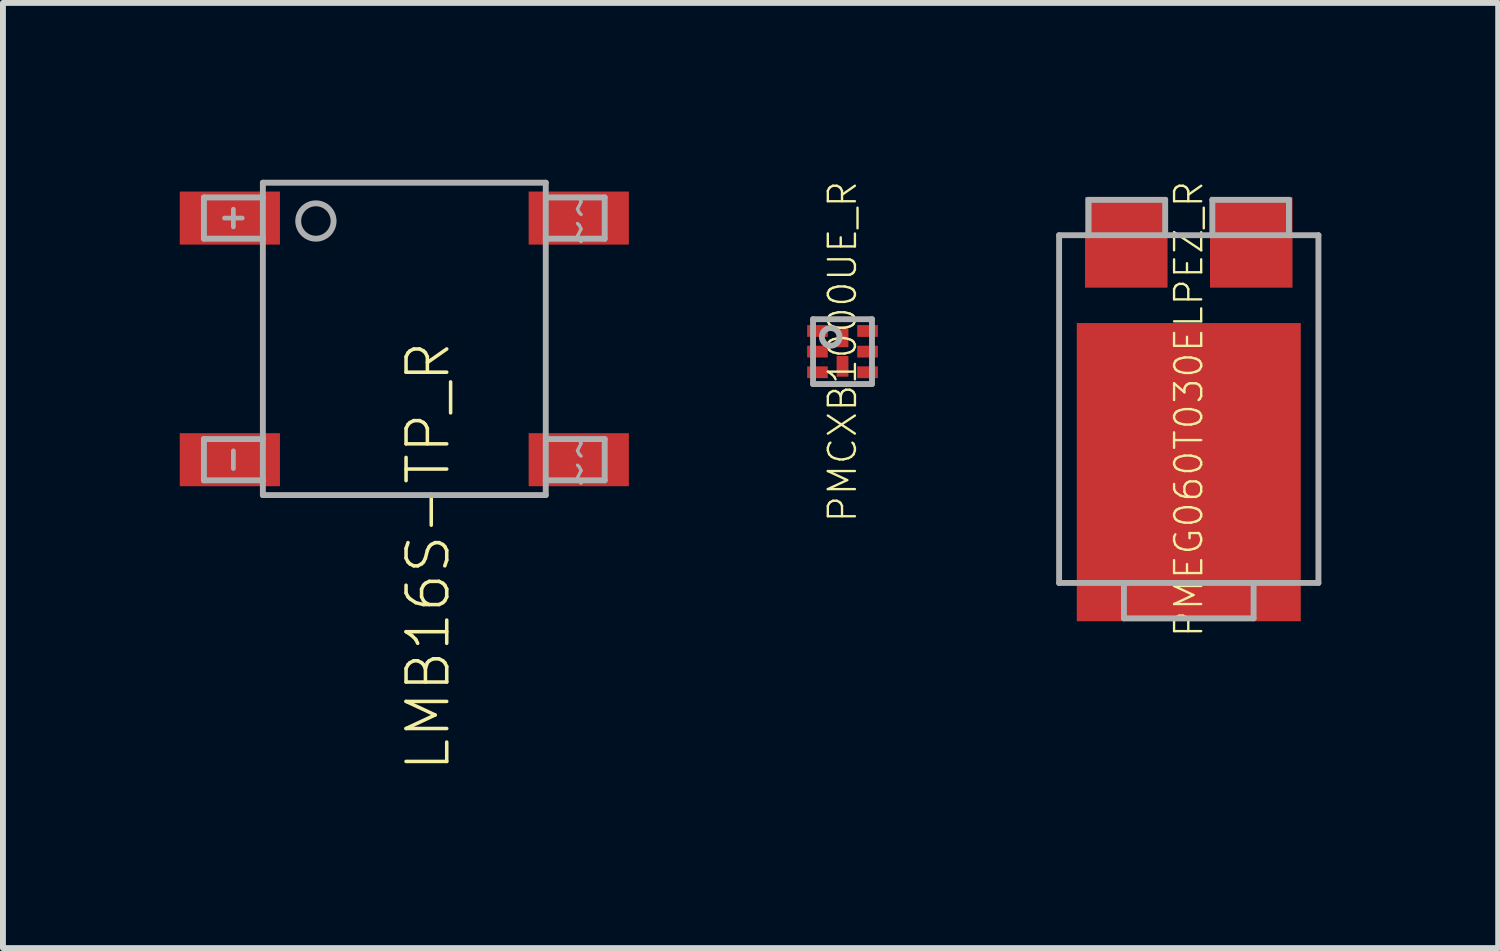
<source format=kicad_pcb>
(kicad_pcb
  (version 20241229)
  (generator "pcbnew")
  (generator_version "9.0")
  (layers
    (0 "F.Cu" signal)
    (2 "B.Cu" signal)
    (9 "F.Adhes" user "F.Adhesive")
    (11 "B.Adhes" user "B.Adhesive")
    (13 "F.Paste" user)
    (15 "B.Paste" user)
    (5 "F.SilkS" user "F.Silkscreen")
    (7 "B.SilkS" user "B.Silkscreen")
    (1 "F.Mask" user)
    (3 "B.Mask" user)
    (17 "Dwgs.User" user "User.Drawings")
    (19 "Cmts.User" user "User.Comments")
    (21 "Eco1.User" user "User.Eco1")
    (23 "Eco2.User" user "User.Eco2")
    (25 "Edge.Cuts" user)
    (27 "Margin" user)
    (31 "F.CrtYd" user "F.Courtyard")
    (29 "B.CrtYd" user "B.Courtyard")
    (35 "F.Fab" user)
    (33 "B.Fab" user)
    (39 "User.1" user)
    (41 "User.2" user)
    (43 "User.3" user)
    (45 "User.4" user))
  (footprint "PMEG060T030ELPEZ_R"
    (layer "F.Cu")
    (at 17.12 3.891)
    (property "Reference" "PMEG060T030ELPEZ_R" (at 0 0 90) (unlocked yes) (layer "F.SilkS") (effects (font (size 0.46 0.46) (thickness 0.04))))
    (fp_poly (pts (xy -0.46 -2.16) (xy -1.66 -2.16) (xy -1.66 -3.5) (xy -0.46 -3.5)) (stroke (width 0) (type default)) (fill yes) (layer "F.Paste"))
    (fp_poly (pts (xy -0.25 0.8) (xy -1.45 0.8) (xy -1.45 -0.95) (xy -0.25 -0.95)) (stroke (width 0) (type default)) (fill yes) (layer "F.Paste"))
    (fp_poly (pts (xy -0.25 3.1) (xy -1.45 3.1) (xy -1.45 1.35) (xy -0.25 1.35)) (stroke (width 0) (type default)) (fill yes) (layer "F.Paste"))
    (fp_poly (pts (xy 1.45 0.8) (xy 0.25 0.8) (xy 0.25 -0.95) (xy 1.45 -0.95)) (stroke (width 0) (type default)) (fill yes) (layer "F.Paste"))
    (fp_poly (pts (xy 1.45 3.1) (xy 0.25 3.1) (xy 0.25 1.35) (xy 1.45 1.35)) (stroke (width 0) (type default)) (fill yes) (layer "F.Paste"))
    (fp_poly (pts (xy 1.66 -2.16) (xy 0.46 -2.16) (xy 0.46 -3.5) (xy 1.66 -3.5)) (stroke (width 0) (type default)) (fill yes) (layer "F.Paste"))
    (fp_line (start -2.2 -2.95) (end -1.7 -2.95) (stroke (width 0.1) (type solid)) (layer "F.Fab"))
    (fp_line (start -2.2 2.95) (end -2.2 -2.95) (stroke (width 0.1) (type solid)) (layer "F.Fab"))
    (fp_line (start -1.7 -3.55) (end -0.4 -3.55) (stroke (width 0.1) (type solid)) (layer "F.Fab"))
    (fp_line (start -1.7 -2.95) (end -1.7 -3.55) (stroke (width 0.1) (type solid)) (layer "F.Fab"))
    (fp_line (start -1.7 -2.95) (end -0.4 -2.95) (stroke (width 0.1) (type solid)) (layer "F.Fab"))
    (fp_line (start -1.1 2.95) (end -2.2 2.95) (stroke (width 0.1) (type solid)) (layer "F.Fab"))
    (fp_line (start -1.1 2.95) (end -1.1 3.55) (stroke (width 0.1) (type solid)) (layer "F.Fab"))
    (fp_line (start -1.1 3.55) (end 1.1 3.55) (stroke (width 0.1) (type solid)) (layer "F.Fab"))
    (fp_line (start -0.4 -3.55) (end -0.4 -2.95) (stroke (width 0.1) (type solid)) (layer "F.Fab"))
    (fp_line (start -0.4 -2.95) (end 2.2 -2.95) (stroke (width 0.1) (type solid)) (layer "F.Fab"))
    (fp_line (start 0.4 -3.55) (end 1.7 -3.55) (stroke (width 0.1) (type solid)) (layer "F.Fab"))
    (fp_line (start 0.4 -2.95) (end 0.4 -3.55) (stroke (width 0.1) (type solid)) (layer "F.Fab"))
    (fp_line (start 1.1 2.95) (end -1.1 2.95) (stroke (width 0.1) (type solid)) (layer "F.Fab"))
    (fp_line (start 1.1 3.55) (end 1.1 2.95) (stroke (width 0.1) (type solid)) (layer "F.Fab"))
    (fp_line (start 1.7 -3.55) (end 1.7 -2.95) (stroke (width 0.1) (type solid)) (layer "F.Fab"))
    (fp_line (start 2.2 -2.95) (end 2.2 2.95) (stroke (width 0.1) (type solid)) (layer "F.Fab"))
    (fp_line (start 2.2 2.95) (end 1.1 2.95) (stroke (width 0.1) (type solid)) (layer "F.Fab"))
    (pad "1" smd rect (at 1.06 -2.83) (size 1.4 1.54) (layers "F.Cu" "F.Mask"))
    (pad "2" smd rect (at -1.06 -2.83) (size 1.4 1.54) (layers "F.Cu" "F.Mask"))
    (pad "3" smd rect (at 0 1.07) (size 3.8 5.06) (layers "F.Cu" "F.Mask")))
  (footprint "PMCXB1000UE_R"
    (layer "F.Cu")
    (at 11.245 2.916)
    (property "Reference" "PMCXB1000UE_R" (at 0 0 90) (unlocked yes) (layer "F.SilkS") (effects (font (size 0.46 0.46) (thickness 0.04))))
    (fp_poly (pts (xy -0.225 -0.225) (xy -0.225 -0.475) (xy -0.625 -0.475) (xy -0.625 -0.225)) (stroke (width 0) (type default)) (fill yes) (layer "F.Mask"))
    (fp_poly (pts (xy -0.225 0.125) (xy -0.225 -0.125) (xy -0.625 -0.125) (xy -0.625 0.125)) (stroke (width 0) (type default)) (fill yes) (layer "F.Mask"))
    (fp_poly (pts (xy -0.225 0.475) (xy -0.225 0.225) (xy -0.625 0.225) (xy -0.625 0.475)) (stroke (width 0) (type default)) (fill yes) (layer "F.Mask"))
    (fp_poly (pts (xy 0.125 -0.05) (xy 0.125 -0.45) (xy -0.125 -0.45) (xy -0.125 -0.05)) (stroke (width 0) (type default)) (fill yes) (layer "F.Mask"))
    (fp_poly (pts (xy 0.125 0.45) (xy 0.125 0.05) (xy -0.125 0.05) (xy -0.125 0.45)) (stroke (width 0) (type default)) (fill yes) (layer "F.Mask"))
    (fp_poly (pts (xy 0.625 -0.225) (xy 0.625 -0.475) (xy 0.225 -0.475) (xy 0.225 -0.225)) (stroke (width 0) (type default)) (fill yes) (layer "F.Mask"))
    (fp_poly (pts (xy 0.625 0.125) (xy 0.625 -0.125) (xy 0.225 -0.125) (xy 0.225 0.125)) (stroke (width 0) (type default)) (fill yes) (layer "F.Mask"))
    (fp_poly (pts (xy 0.625 0.475) (xy 0.625 0.225) (xy 0.225 0.225) (xy 0.225 0.475)) (stroke (width 0) (type default)) (fill yes) (layer "F.Mask"))
    (fp_poly (pts (xy -0.3 -0.25) (xy -0.3 -0.45) (xy -0.55 -0.45) (xy -0.55 -0.25)) (stroke (width 0) (type default)) (fill yes) (layer "F.Paste"))
    (fp_poly (pts (xy -0.3 0.1) (xy -0.3 -0.1) (xy -0.55 -0.1) (xy -0.55 0.1)) (stroke (width 0) (type default)) (fill yes) (layer "F.Paste"))
    (fp_poly (pts (xy -0.3 0.45) (xy -0.3 0.25) (xy -0.55 0.25) (xy -0.55 0.45)) (stroke (width 0) (type default)) (fill yes) (layer "F.Paste"))
    (fp_poly (pts (xy 0.1 -0.375) (xy -0.1 -0.375) (xy -0.1 -0.125) (xy 0.1 -0.125)) (stroke (width 0) (type default)) (fill yes) (layer "F.Paste"))
    (fp_poly (pts (xy 0.1 0.125) (xy -0.1 0.125) (xy -0.1 0.375) (xy 0.1 0.375)) (stroke (width 0) (type default)) (fill yes) (layer "F.Paste"))
    (fp_poly (pts (xy 0.55 -0.25) (xy 0.55 -0.45) (xy 0.3 -0.45) (xy 0.3 -0.25)) (stroke (width 0) (type default)) (fill yes) (layer "F.Paste"))
    (fp_poly (pts (xy 0.55 0.1) (xy 0.55 -0.1) (xy 0.3 -0.1) (xy 0.3 0.1)) (stroke (width 0) (type default)) (fill yes) (layer "F.Paste"))
    (fp_poly (pts (xy 0.55 0.45) (xy 0.55 0.25) (xy 0.3 0.25) (xy 0.3 0.45)) (stroke (width 0) (type default)) (fill yes) (layer "F.Paste"))
    (fp_line (start -0.5 -0.55) (end -0.5 0.55) (stroke (width 0.1) (type solid)) (layer "F.Fab"))
    (fp_line (start -0.5 0.55) (end 0.5 0.55) (stroke (width 0.1) (type solid)) (layer "F.Fab"))
    (fp_line (start 0.5 -0.55) (end -0.5 -0.55) (stroke (width 0.1) (type solid)) (layer "F.Fab"))
    (fp_line (start 0.5 0.55) (end 0.5 -0.55) (stroke (width 0.1) (type solid)) (layer "F.Fab"))
    (fp_circle (center -0.2 -0.25) (end -0.05 -0.25) (stroke (width 0.1) (type solid)) (fill no) (layer "F.Fab"))
    (pad "1" smd rect (at -0.425 -0.35 180) (size 0.35 0.2) (layers "F.Cu"))
    (pad "2" smd rect (at -0.425 0 180) (size 0.35 0.2) (layers "F.Cu"))
    (pad "3" smd rect (at -0.425 0.35 180) (size 0.35 0.2) (layers "F.Cu"))
    (pad "4" smd rect (at 0.425 0.35 180) (size 0.35 0.2) (layers "F.Cu"))
    (pad "5" smd rect (at 0.425 0 180) (size 0.35 0.2) (layers "F.Cu"))
    (pad "6" smd rect (at 0.425 -0.35 180) (size 0.35 0.2) (layers "F.Cu"))
    (pad "7" smd rect (at 0 -0.25 90) (size 0.35 0.2) (layers "F.Cu"))
    (pad "8" smd rect (at 0 0.25 90) (size 0.35 0.2) (layers "F.Cu")))
  (footprint "LMB16S-TP_R"
    (layer "F.Cu")
    (at 3.81 2.7)
    (property "Reference" "LMB16S-TP_R" (at 0 0 90) (unlocked yes) (layer "F.SilkS") (effects (font (size 0.69 0.69) (thickness 0.06)) (justify right top)))
    (fp_poly (pts (xy -2.11 -1.6) (xy -3.81 -1.6) (xy -3.81 -2.5) (xy -2.11 -2.5)) (stroke (width 0) (type default)) (fill yes) (layer "F.Paste"))
    (fp_poly (pts (xy -2.11 2.5) (xy -3.81 2.5) (xy -3.81 1.6) (xy -2.11 1.6)) (stroke (width 0) (type default)) (fill yes) (layer "F.Paste"))
    (fp_poly (pts (xy 3.81 -1.6) (xy 2.11 -1.6) (xy 2.11 -2.5) (xy 3.81 -2.5)) (stroke (width 0) (type default)) (fill yes) (layer "F.Paste"))
    (fp_poly (pts (xy 3.81 2.5) (xy 2.11 2.5) (xy 2.11 1.6) (xy 3.81 1.6)) (stroke (width 0) (type default)) (fill yes) (layer "F.Paste"))
    (fp_line (start -3.4 -2.4) (end -3.4 -1.7) (stroke (width 0.1) (type solid)) (layer "F.Fab"))
    (fp_line (start -3.4 -1.7) (end -2.4 -1.7) (stroke (width 0.1) (type solid)) (layer "F.Fab"))
    (fp_line (start -3.4 1.7) (end -3.4 2.4) (stroke (width 0.1) (type solid)) (layer "F.Fab"))
    (fp_line (start -3.4 2.4) (end -2.4 2.4) (stroke (width 0.1) (type solid)) (layer "F.Fab"))
    (fp_line (start -2.9 -2.2) (end -2.9 -1.9) (stroke (width 0.08) (type solid)) (layer "F.Fab"))
    (fp_line (start -2.9 1.9) (end -2.9 2.2) (stroke (width 0.08) (type solid)) (layer "F.Fab"))
    (fp_line (start -2.75 -2.05) (end -3.05 -2.05) (stroke (width 0.08) (type solid)) (layer "F.Fab"))
    (fp_line (start -2.4 -2.65) (end -2.4 -2.4) (stroke (width 0.1) (type solid)) (layer "F.Fab"))
    (fp_line (start -2.4 -2.4) (end -3.4 -2.4) (stroke (width 0.1) (type solid)) (layer "F.Fab"))
    (fp_line (start -2.4 -2.4) (end -2.4 -1.7) (stroke (width 0.1) (type solid)) (layer "F.Fab"))
    (fp_line (start -2.4 -1.7) (end -2.4 1.7) (stroke (width 0.1) (type solid)) (layer "F.Fab"))
    (fp_line (start -2.4 1.7) (end -3.4 1.7) (stroke (width 0.1) (type solid)) (layer "F.Fab"))
    (fp_line (start -2.4 1.7) (end -2.4 2.4) (stroke (width 0.1) (type solid)) (layer "F.Fab"))
    (fp_line (start -2.4 2.4) (end -2.4 2.65) (stroke (width 0.1) (type solid)) (layer "F.Fab"))
    (fp_line (start -2.4 2.65) (end 2.4 2.65) (stroke (width 0.1) (type solid)) (layer "F.Fab"))
    (fp_line (start 2.4 -2.65) (end -2.4 -2.65) (stroke (width 0.1) (type solid)) (layer "F.Fab"))
    (fp_line (start 2.4 -1.7) (end 3.4 -1.7) (stroke (width 0.1) (type solid)) (layer "F.Fab"))
    (fp_line (start 2.4 2.4) (end 3.4 2.4) (stroke (width 0.1) (type solid)) (layer "F.Fab"))
    (fp_line (start 2.4 2.65) (end 2.4 -2.65) (stroke (width 0.1) (type solid)) (layer "F.Fab"))
    (fp_line (start 3.4 -2.4) (end 2.4 -2.4) (stroke (width 0.1) (type solid)) (layer "F.Fab"))
    (fp_line (start 3.4 -1.7) (end 3.4 -2.4) (stroke (width 0.1) (type solid)) (layer "F.Fab"))
    (fp_line (start 3.4 1.7) (end 2.4 1.7) (stroke (width 0.1) (type solid)) (layer "F.Fab"))
    (fp_line (start 3.4 2.4) (end 3.4 1.7) (stroke (width 0.1) (type solid)) (layer "F.Fab"))
    (fp_circle (center -1.5 -2) (end -1.2 -2) (stroke (width 0.1) (type solid)) (fill no) (layer "F.Fab"))
    (fp_text user "~~" (at 2.95 2.05 90) (layer "F.Fab") (effects (font (size 0.644 0.644) (thickness 0.056))))
    (fp_text user "~~" (at 2.95 -2.05 90) (layer "F.Fab") (effects (font (size 0.644 0.644) (thickness 0.056))))
    (pad "AC1" smd rect (at 2.96 -2.05) (size 1.7 0.9) (layers "F.Cu" "F.Mask"))
    (pad "AC2" smd rect (at 2.96 2.05) (size 1.7 0.9) (layers "F.Cu" "F.Mask"))
    (pad "MINUS" smd rect (at -2.96 2.05) (size 1.7 0.9) (layers "F.Cu" "F.Mask"))
    (pad "PLUS" smd rect (at -2.96 -2.05) (size 1.7 0.9) (layers "F.Cu" "F.Mask")))
  (gr_rect
    (start -3 -3)
    (end 22.37 13.036)
    (stroke (width 0.1) (type default))
    (fill no)
    (layer "Edge.Cuts")))
</source>
